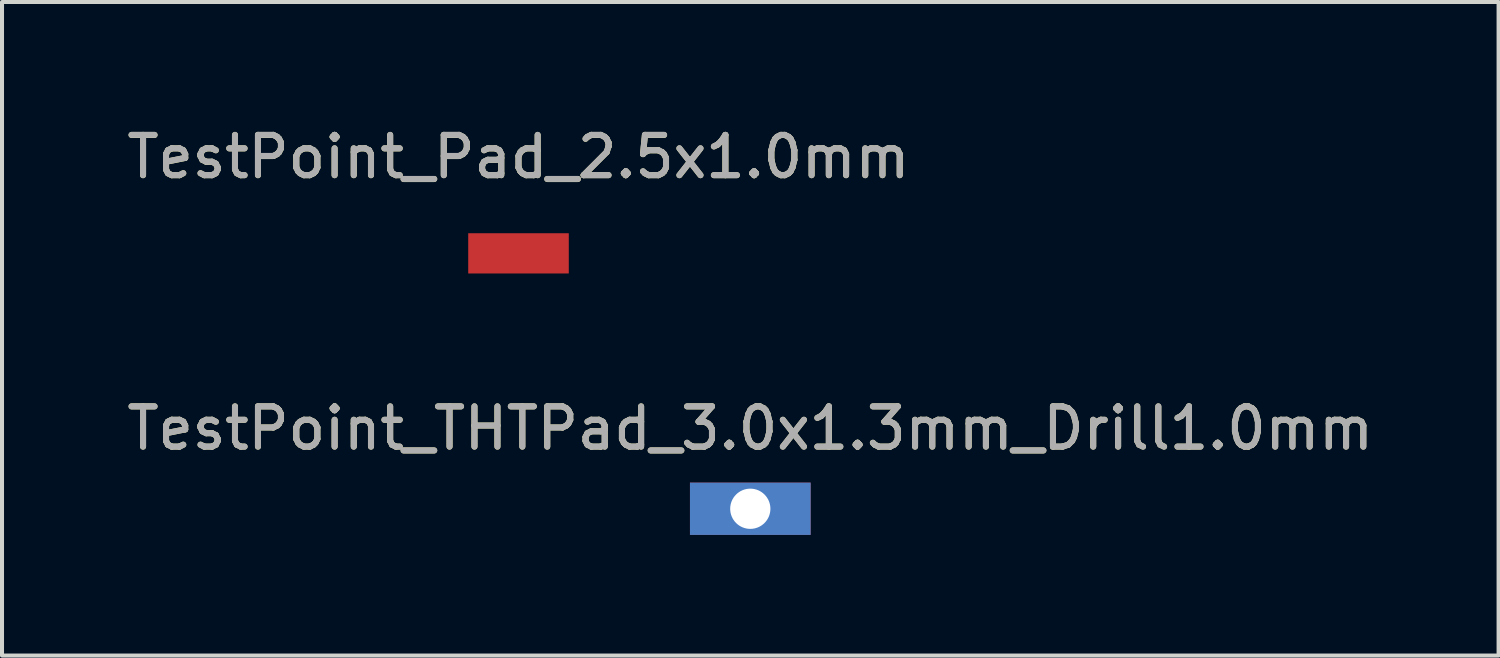
<source format=kicad_pcb>
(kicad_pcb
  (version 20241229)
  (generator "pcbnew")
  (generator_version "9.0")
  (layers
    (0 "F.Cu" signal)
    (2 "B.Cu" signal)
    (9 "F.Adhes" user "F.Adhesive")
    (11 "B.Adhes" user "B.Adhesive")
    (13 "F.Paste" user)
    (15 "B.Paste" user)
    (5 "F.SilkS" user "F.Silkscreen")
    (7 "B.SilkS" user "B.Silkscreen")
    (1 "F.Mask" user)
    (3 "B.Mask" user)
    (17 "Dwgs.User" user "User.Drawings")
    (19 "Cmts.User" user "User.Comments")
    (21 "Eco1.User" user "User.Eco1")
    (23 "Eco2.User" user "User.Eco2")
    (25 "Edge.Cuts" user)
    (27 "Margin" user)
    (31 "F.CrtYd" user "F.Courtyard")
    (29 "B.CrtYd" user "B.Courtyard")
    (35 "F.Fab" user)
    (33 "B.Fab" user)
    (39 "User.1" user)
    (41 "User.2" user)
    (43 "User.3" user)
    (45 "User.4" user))
  (footprint "TestPoint_Pad_2.5x1.0mm"
    (layer "F.Cu")
    (at 9.839 3.248)
    (property "Reference" "TestPoint_Pad_2.5x1.0mm" (at 0 -2.398 0) (layer "F.SilkS") (effects (font (size 1 1) (thickness 0.15))))
    (attr exclude_from_pos_files exclude_from_bom)
    (fp_text user "${REFERENCE}" (at 0 -2.4 0) (layer "F.Fab") (effects (font (size 1 1) (thickness 0.15))))
    (pad "1" smd rect (at 0 0) (size 2.5 1) (layers "F.Cu" "F.Mask")))
  (footprint "TestPoint_THTPad_3.0x1.3mm_Drill1.0mm"
    (layer "F.Cu")
    (at 15.601 9.597)
    (property "Reference" "TestPoint_THTPad_3.0x1.3mm_Drill1.0mm" (at 0 -2 0) (layer "F.SilkS") (effects (font (size 1 1) (thickness 0.15))))
    (attr exclude_from_pos_files exclude_from_bom)
    (fp_text user "${REFERENCE}" (at 0 -2 0) (layer "F.Fab") (effects (font (size 1 1) (thickness 0.15))))
    (pad "1" thru_hole rect (at 0 0) (size 3 1.3) (drill 1) (layers "*.Cu" "*.Mask")))
  (gr_rect
    (start -3 -3)
    (end 34.202 13.246)
    (stroke (width 0.1) (type default))
    (fill no)
    (layer "Edge.Cuts")))
</source>
